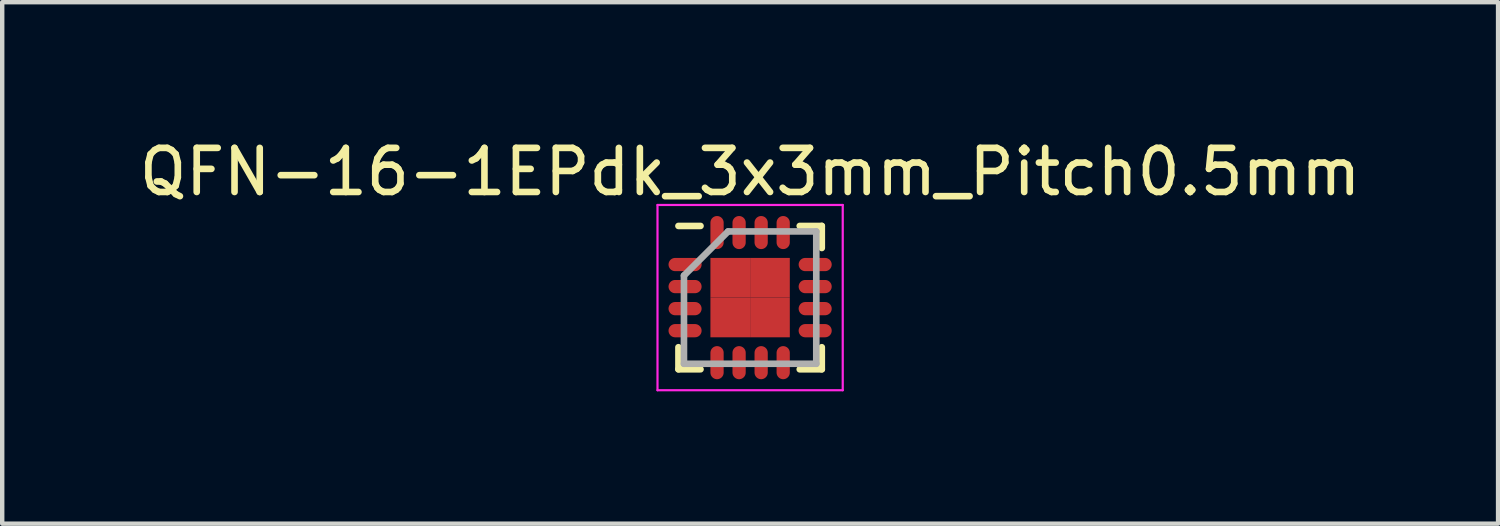
<source format=kicad_pcb>
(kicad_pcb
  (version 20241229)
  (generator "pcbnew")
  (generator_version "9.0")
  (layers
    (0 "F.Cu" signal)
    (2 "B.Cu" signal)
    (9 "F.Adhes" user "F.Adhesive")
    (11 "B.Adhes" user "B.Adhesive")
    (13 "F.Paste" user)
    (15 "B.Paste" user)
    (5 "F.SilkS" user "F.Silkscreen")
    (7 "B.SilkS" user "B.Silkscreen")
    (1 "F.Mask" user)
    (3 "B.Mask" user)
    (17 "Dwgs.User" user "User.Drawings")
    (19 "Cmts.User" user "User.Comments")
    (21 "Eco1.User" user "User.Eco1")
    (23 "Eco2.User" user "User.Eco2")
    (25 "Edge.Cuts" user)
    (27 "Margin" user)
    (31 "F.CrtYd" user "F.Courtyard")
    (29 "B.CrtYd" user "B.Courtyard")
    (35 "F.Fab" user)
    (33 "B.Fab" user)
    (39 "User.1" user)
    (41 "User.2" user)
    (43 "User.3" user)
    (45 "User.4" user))
  (footprint "QFN-16-1EPdk_3x3mm_Pitch0.5mm"
    (layer "F.Cu")
    (at 13.958 3.698)
    (property "Reference" "QFN-16-1EPdk_3x3mm_Pitch0.5mm" (at 0 -2.85 0) (layer "F.SilkS") (effects (font (size 1 1) (thickness 0.15))))
    (attr smd)
    (fp_line (start -1.625 -1.625) (end -1.125 -1.625) (stroke (width 0.15) (type solid)) (layer "F.SilkS"))
    (fp_line (start -1.625 1.625) (end -1.625 1.125) (stroke (width 0.15) (type solid)) (layer "F.SilkS"))
    (fp_line (start -1.625 1.625) (end -1.125 1.625) (stroke (width 0.15) (type solid)) (layer "F.SilkS"))
    (fp_line (start 1.625 -1.625) (end 1.125 -1.625) (stroke (width 0.15) (type solid)) (layer "F.SilkS"))
    (fp_line (start 1.625 -1.625) (end 1.625 -1.125) (stroke (width 0.15) (type solid)) (layer "F.SilkS"))
    (fp_line (start 1.625 1.625) (end 1.125 1.625) (stroke (width 0.15) (type solid)) (layer "F.SilkS"))
    (fp_line (start 1.625 1.625) (end 1.625 1.125) (stroke (width 0.15) (type solid)) (layer "F.SilkS"))
    (fp_line (start -2.1 -2.1) (end -2.1 2.1) (stroke (width 0.05) (type solid)) (layer "F.CrtYd"))
    (fp_line (start -2.1 -2.1) (end 2.1 -2.1) (stroke (width 0.05) (type solid)) (layer "F.CrtYd"))
    (fp_line (start -2.1 2.1) (end 2.1 2.1) (stroke (width 0.05) (type solid)) (layer "F.CrtYd"))
    (fp_line (start 2.1 -2.1) (end 2.1 2.1) (stroke (width 0.05) (type solid)) (layer "F.CrtYd"))
    (fp_line (start -1.5 -0.5) (end -0.5 -1.5) (stroke (width 0.15) (type solid)) (layer "F.Fab"))
    (fp_line (start -1.5 1.5) (end -1.5 -0.5) (stroke (width 0.15) (type solid)) (layer "F.Fab"))
    (fp_line (start -0.5 -1.5) (end 1.5 -1.5) (stroke (width 0.15) (type solid)) (layer "F.Fab"))
    (fp_line (start 1.5 -1.5) (end 1.5 1.5) (stroke (width 0.15) (type solid)) (layer "F.Fab"))
    (fp_line (start 1.5 1.5) (end -1.5 1.5) (stroke (width 0.15) (type solid)) (layer "F.Fab"))
    (pad "1" smd oval (at -1.475 -0.75) (size 0.75 0.3) (layers "F.Cu" "F.Mask" "F.Paste"))
    (pad "2" smd oval (at -1.475 -0.25) (size 0.75 0.3) (layers "F.Cu" "F.Mask" "F.Paste"))
    (pad "3" smd oval (at -1.475 0.25) (size 0.75 0.3) (layers "F.Cu" "F.Mask" "F.Paste"))
    (pad "4" smd oval (at -1.475 0.75) (size 0.75 0.3) (layers "F.Cu" "F.Mask" "F.Paste"))
    (pad "5" smd oval (at -0.75 1.475 90) (size 0.75 0.3) (layers "F.Cu" "F.Mask" "F.Paste"))
    (pad "6" smd oval (at -0.25 1.475 90) (size 0.75 0.3) (layers "F.Cu" "F.Mask" "F.Paste"))
    (pad "7" smd oval (at 0.25 1.475 90) (size 0.75 0.3) (layers "F.Cu" "F.Mask" "F.Paste"))
    (pad "8" smd oval (at 0.75 1.475 90) (size 0.75 0.3) (layers "F.Cu" "F.Mask" "F.Paste"))
    (pad "9" smd oval (at 1.475 0.75) (size 0.75 0.3) (layers "F.Cu" "F.Mask" "F.Paste"))
    (pad "10" smd oval (at 1.475 0.25) (size 0.75 0.3) (layers "F.Cu" "F.Mask" "F.Paste"))
    (pad "11" smd oval (at 1.475 -0.25) (size 0.75 0.3) (layers "F.Cu" "F.Mask" "F.Paste"))
    (pad "12" smd oval (at 1.475 -0.75) (size 0.75 0.3) (layers "F.Cu" "F.Mask" "F.Paste"))
    (pad "13" smd oval (at 0.75 -1.475 90) (size 0.75 0.3) (layers "F.Cu" "F.Mask" "F.Paste"))
    (pad "14" smd oval (at 0.25 -1.475 90) (size 0.75 0.3) (layers "F.Cu" "F.Mask" "F.Paste"))
    (pad "15" smd oval (at -0.25 -1.475 90) (size 0.75 0.3) (layers "F.Cu" "F.Mask" "F.Paste"))
    (pad "16" smd oval (at -0.75 -1.475 90) (size 0.75 0.3) (layers "F.Cu" "F.Mask" "F.Paste"))
    (pad "17" smd rect (at -0.45 -0.45) (size 0.9 0.9) (layers "F.Cu" "F.Mask" "F.Paste"))
    (pad "17" smd rect (at -0.45 0.45) (size 0.9 0.9) (layers "F.Cu" "F.Mask" "F.Paste"))
    (pad "17" smd rect (at 0.45 -0.45) (size 0.9 0.9) (layers "F.Cu" "F.Mask" "F.Paste"))
    (pad "17" smd rect (at 0.45 0.45) (size 0.9 0.9) (layers "F.Cu" "F.Mask" "F.Paste")))
  (gr_rect
    (start -3 -3)
    (end 30.917 8.823)
    (stroke (width 0.1) (type default))
    (fill no)
    (layer "Edge.Cuts")))
</source>
